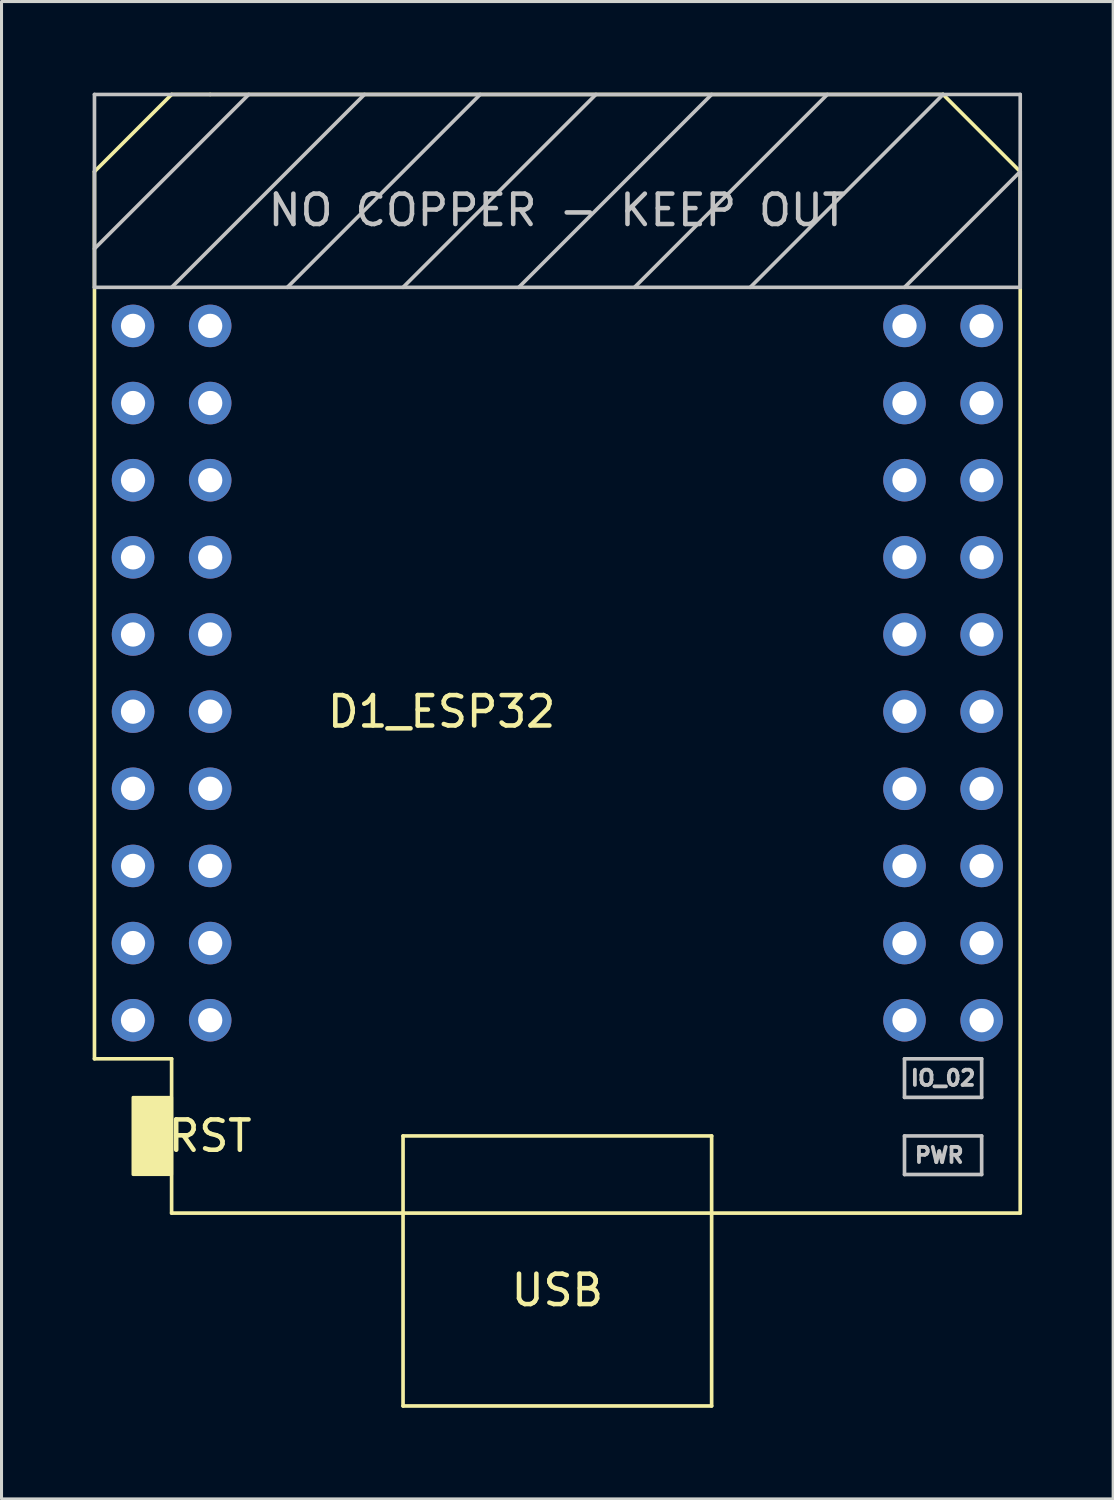
<source format=kicad_pcb>
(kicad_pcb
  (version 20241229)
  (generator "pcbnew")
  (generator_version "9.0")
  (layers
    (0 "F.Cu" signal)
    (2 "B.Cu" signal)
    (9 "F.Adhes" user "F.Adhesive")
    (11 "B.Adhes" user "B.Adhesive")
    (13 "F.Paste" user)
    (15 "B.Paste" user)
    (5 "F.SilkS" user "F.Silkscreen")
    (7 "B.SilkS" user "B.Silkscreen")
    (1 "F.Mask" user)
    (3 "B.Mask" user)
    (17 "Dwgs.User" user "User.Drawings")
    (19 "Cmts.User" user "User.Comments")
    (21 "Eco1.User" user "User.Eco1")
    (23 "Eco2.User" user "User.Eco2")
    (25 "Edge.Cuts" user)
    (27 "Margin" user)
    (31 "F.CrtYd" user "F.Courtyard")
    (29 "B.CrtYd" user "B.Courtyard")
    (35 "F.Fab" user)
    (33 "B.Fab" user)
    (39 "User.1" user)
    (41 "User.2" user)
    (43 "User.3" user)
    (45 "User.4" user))
  (footprint "D1_ESP32"
    (layer "F.Cu")
    (at 15.3 19.11)
    (property "Reference" "D1_ESP32" (at -3.81 1.27 0) (layer "F.SilkS") (effects (font (size 1 1) (thickness 0.15))))
    (attr through_hole)
    (fp_line (start -15.24 -16.51) (end -15.24 12.7) (stroke (width 0.12) (type solid)) (layer "F.SilkS"))
    (fp_line (start -15.24 12.7) (end -12.7 12.7) (stroke (width 0.12) (type solid)) (layer "F.SilkS"))
    (fp_line (start -12.7 -19.05) (end -15.24 -16.51) (stroke (width 0.12) (type solid)) (layer "F.SilkS"))
    (fp_line (start -12.7 -19.05) (end -11.43 -19.05) (stroke (width 0.12) (type solid)) (layer "F.SilkS"))
    (fp_line (start -12.7 12.7) (end -12.7 17.78) (stroke (width 0.12) (type solid)) (layer "F.SilkS"))
    (fp_line (start -12.7 17.78) (end 15.24 17.78) (stroke (width 0.12) (type solid)) (layer "F.SilkS"))
    (fp_line (start -5.08 15.24) (end 5.08 15.24) (stroke (width 0.12) (type solid)) (layer "F.SilkS"))
    (fp_line (start -5.08 17.78) (end -5.08 15.24) (stroke (width 0.12) (type solid)) (layer "F.SilkS"))
    (fp_line (start -5.08 17.78) (end -5.08 24.13) (stroke (width 0.12) (type solid)) (layer "F.SilkS"))
    (fp_line (start -5.08 24.13) (end 5.08 24.13) (stroke (width 0.12) (type solid)) (layer "F.SilkS"))
    (fp_line (start 5.08 15.24) (end 5.08 17.78) (stroke (width 0.12) (type solid)) (layer "F.SilkS"))
    (fp_line (start 5.08 24.13) (end 5.08 17.78) (stroke (width 0.12) (type solid)) (layer "F.SilkS"))
    (fp_line (start 12.7 -19.05) (end -11.43 -19.05) (stroke (width 0.12) (type solid)) (layer "F.SilkS"))
    (fp_line (start 12.7 -19.05) (end 15.24 -16.51) (stroke (width 0.12) (type solid)) (layer "F.SilkS"))
    (fp_line (start 15.24 -16.51) (end 15.24 17.78) (stroke (width 0.12) (type solid)) (layer "F.SilkS"))
    (fp_poly (pts (xy -13.97 16.51) (xy -13.97 13.97) (xy -12.7 13.97) (xy -12.7 16.51)) (stroke (width 0.1) (type solid)) (fill yes) (layer "F.SilkS"))
    (fp_line (start -15.24 -19.05) (end -15.24 -12.7) (stroke (width 0.12) (type solid)) (layer "Dwgs.User"))
    (fp_line (start -15.24 -12.7) (end 15.24 -12.7) (stroke (width 0.12) (type solid)) (layer "Dwgs.User"))
    (fp_line (start -10.16 -19.05) (end -15.24 -13.97) (stroke (width 0.12) (type solid)) (layer "Dwgs.User"))
    (fp_line (start -6.35 -19.05) (end -12.7 -12.7) (stroke (width 0.12) (type solid)) (layer "Dwgs.User"))
    (fp_line (start -2.54 -19.05) (end -8.89 -12.7) (stroke (width 0.12) (type solid)) (layer "Dwgs.User"))
    (fp_line (start 1.27 -19.05) (end -5.08 -12.7) (stroke (width 0.12) (type solid)) (layer "Dwgs.User"))
    (fp_line (start 5.08 -19.05) (end -1.27 -12.7) (stroke (width 0.12) (type solid)) (layer "Dwgs.User"))
    (fp_line (start 8.89 -19.05) (end 2.54 -12.7) (stroke (width 0.12) (type solid)) (layer "Dwgs.User"))
    (fp_line (start 11.43 12.7) (end 11.43 13.97) (stroke (width 0.12) (type solid)) (layer "Dwgs.User"))
    (fp_line (start 11.43 13.97) (end 13.97 13.97) (stroke (width 0.12) (type solid)) (layer "Dwgs.User"))
    (fp_line (start 11.43 15.24) (end 13.97 15.24) (stroke (width 0.12) (type solid)) (layer "Dwgs.User"))
    (fp_line (start 11.43 16.51) (end 11.43 15.24) (stroke (width 0.12) (type solid)) (layer "Dwgs.User"))
    (fp_line (start 12.7 -19.05) (end 6.35 -12.7) (stroke (width 0.12) (type solid)) (layer "Dwgs.User"))
    (fp_line (start 13.97 12.7) (end 11.43 12.7) (stroke (width 0.12) (type solid)) (layer "Dwgs.User"))
    (fp_line (start 13.97 13.97) (end 13.97 12.7) (stroke (width 0.12) (type solid)) (layer "Dwgs.User"))
    (fp_line (start 13.97 15.24) (end 13.97 16.51) (stroke (width 0.12) (type solid)) (layer "Dwgs.User"))
    (fp_line (start 13.97 16.51) (end 11.43 16.51) (stroke (width 0.12) (type solid)) (layer "Dwgs.User"))
    (fp_line (start 15.24 -19.05) (end -15.24 -19.05) (stroke (width 0.12) (type solid)) (layer "Dwgs.User"))
    (fp_line (start 15.24 -16.51) (end 11.43 -12.7) (stroke (width 0.12) (type solid)) (layer "Dwgs.User"))
    (fp_line (start 15.24 -12.7) (end 15.24 -19.05) (stroke (width 0.12) (type solid)) (layer "Dwgs.User"))
    (fp_text user "RST" (at -11.43 15.24 0) (layer "F.SilkS") (effects (font (size 1 1) (thickness 0.15))))
    (fp_text user "USB" (at 0 20.32 0) (layer "F.SilkS") (effects (font (size 1 1) (thickness 0.15))))
    (fp_text user "PWR" (at 12.573 15.875 0) (layer "Dwgs.User") (effects (font (size 0.5 0.5) (thickness 0.125))))
    (fp_text user "IO_02" (at 12.7 13.335 0) (layer "Dwgs.User") (effects (font (size 0.5 0.5) (thickness 0.125))))
    (fp_text user "NO COPPER - KEEP OUT" (at 0 -15.24 0) (layer "Dwgs.User") (effects (font (size 1 1) (thickness 0.15))))
    (pad "1" thru_hole circle (at -13.97 -11.43 270) (size 1.4 1.4) (drill 0.8) (layers "*.Cu" "*.Mask"))
    (pad "2" thru_hole circle (at -11.43 -11.43 270) (size 1.4 1.4) (drill 0.8) (layers "*.Cu" "*.Mask"))
    (pad "3" thru_hole circle (at -13.97 -8.89 270) (size 1.4 1.4) (drill 0.8) (layers "*.Cu" "*.Mask"))
    (pad "4" thru_hole circle (at -11.43 -8.89 270) (size 1.4 1.4) (drill 0.8) (layers "*.Cu" "*.Mask"))
    (pad "5" thru_hole circle (at -13.97 -6.35 270) (size 1.4 1.4) (drill 0.8) (layers "*.Cu" "*.Mask"))
    (pad "6" thru_hole circle (at -11.43 -6.35 270) (size 1.4 1.4) (drill 0.8) (layers "*.Cu" "*.Mask"))
    (pad "7" thru_hole circle (at -13.97 -3.81 270) (size 1.4 1.4) (drill 0.8) (layers "*.Cu" "*.Mask"))
    (pad "8" thru_hole circle (at -11.43 -3.81 270) (size 1.4 1.4) (drill 0.8) (layers "*.Cu" "*.Mask"))
    (pad "9" thru_hole circle (at -13.97 -1.27 270) (size 1.4 1.4) (drill 0.8) (layers "*.Cu" "*.Mask"))
    (pad "10" thru_hole circle (at -11.43 -1.27 270) (size 1.4 1.4) (drill 0.8) (layers "*.Cu" "*.Mask"))
    (pad "11" thru_hole circle (at -13.97 1.27 270) (size 1.4 1.4) (drill 0.8) (layers "*.Cu" "*.Mask"))
    (pad "12" thru_hole circle (at -11.43 1.27 270) (size 1.4 1.4) (drill 0.8) (layers "*.Cu" "*.Mask"))
    (pad "13" thru_hole circle (at -13.97 3.81 270) (size 1.4 1.4) (drill 0.8) (layers "*.Cu" "*.Mask"))
    (pad "14" thru_hole circle (at -11.43 3.81 270) (size 1.4 1.4) (drill 0.8) (layers "*.Cu" "*.Mask"))
    (pad "15" thru_hole circle (at -13.97 6.35 270) (size 1.4 1.4) (drill 0.8) (layers "*.Cu" "*.Mask"))
    (pad "16" thru_hole circle (at -11.43 6.35 270) (size 1.4 1.4) (drill 0.8) (layers "*.Cu" "*.Mask"))
    (pad "17" thru_hole circle (at -13.97 8.89 270) (size 1.4 1.4) (drill 0.8) (layers "*.Cu" "*.Mask"))
    (pad "18" thru_hole circle (at -11.43 8.89 270) (size 1.4 1.4) (drill 0.8) (layers "*.Cu" "*.Mask"))
    (pad "19" thru_hole circle (at -13.97 11.43 270) (size 1.4 1.4) (drill 0.8) (layers "*.Cu" "*.Mask"))
    (pad "20" thru_hole circle (at -11.43 11.43 270) (size 1.4 1.4) (drill 0.8) (layers "*.Cu" "*.Mask"))
    (pad "21" thru_hole circle (at 11.43 -11.43 270) (size 1.4 1.4) (drill 0.8) (layers "*.Cu" "*.Mask"))
    (pad "22" thru_hole circle (at 13.97 -11.43 270) (size 1.4 1.4) (drill 0.8) (layers "*.Cu" "*.Mask"))
    (pad "23" thru_hole circle (at 11.43 -8.89 270) (size 1.4 1.4) (drill 0.8) (layers "*.Cu" "*.Mask"))
    (pad "24" thru_hole circle (at 13.97 -8.89 270) (size 1.4 1.4) (drill 0.8) (layers "*.Cu" "*.Mask"))
    (pad "25" thru_hole circle (at 11.43 -6.35 270) (size 1.4 1.4) (drill 0.8) (layers "*.Cu" "*.Mask"))
    (pad "26" thru_hole circle (at 13.97 -6.35 270) (size 1.4 1.4) (drill 0.8) (layers "*.Cu" "*.Mask"))
    (pad "27" thru_hole circle (at 11.43 -3.81 270) (size 1.4 1.4) (drill 0.8) (layers "*.Cu" "*.Mask"))
    (pad "28" thru_hole circle (at 13.97 -3.81 270) (size 1.4 1.4) (drill 0.8) (layers "*.Cu" "*.Mask"))
    (pad "29" thru_hole circle (at 11.43 -1.27 270) (size 1.4 1.4) (drill 0.8) (layers "*.Cu" "*.Mask"))
    (pad "30" thru_hole circle (at 13.97 -1.27 270) (size 1.4 1.4) (drill 0.8) (layers "*.Cu" "*.Mask"))
    (pad "31" thru_hole circle (at 11.43 1.27 270) (size 1.4 1.4) (drill 0.8) (layers "*.Cu" "*.Mask"))
    (pad "32" thru_hole circle (at 13.97 1.27 270) (size 1.4 1.4) (drill 0.8) (layers "*.Cu" "*.Mask"))
    (pad "33" thru_hole circle (at 11.43 3.81 270) (size 1.4 1.4) (drill 0.8) (layers "*.Cu" "*.Mask"))
    (pad "34" thru_hole circle (at 13.97 3.81 270) (size 1.4 1.4) (drill 0.8) (layers "*.Cu" "*.Mask"))
    (pad "35" thru_hole circle (at 11.43 6.35 270) (size 1.4 1.4) (drill 0.8) (layers "*.Cu" "*.Mask"))
    (pad "36" thru_hole circle (at 13.97 6.35 270) (size 1.4 1.4) (drill 0.8) (layers "*.Cu" "*.Mask"))
    (pad "37" thru_hole circle (at 11.43 8.89 270) (size 1.4 1.4) (drill 0.8) (layers "*.Cu" "*.Mask"))
    (pad "38" thru_hole circle (at 13.97 8.89 270) (size 1.4 1.4) (drill 0.8) (layers "*.Cu" "*.Mask"))
    (pad "39" thru_hole circle (at 11.43 11.43 270) (size 1.4 1.4) (drill 0.8) (layers "*.Cu" "*.Mask"))
    (pad "40" thru_hole circle (at 13.97 11.43 270) (size 1.4 1.4) (drill 0.8) (layers "*.Cu" "*.Mask")))
  (gr_rect
    (start -3 -3)
    (end 33.6 46.3)
    (stroke (width 0.1) (type default))
    (fill no)
    (layer "Edge.Cuts")))
</source>
